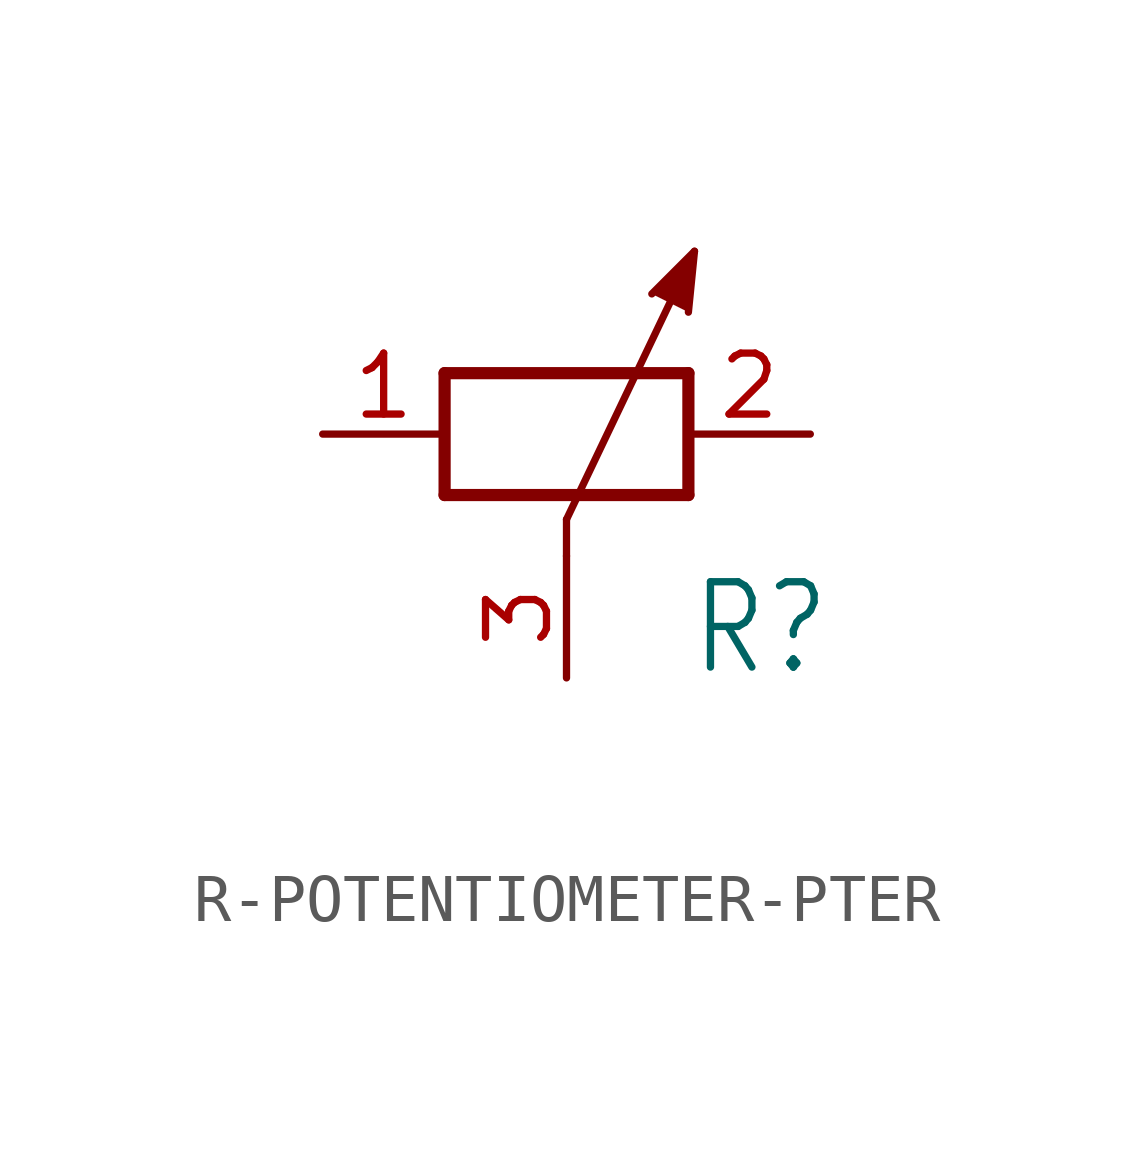
<source format=kicad_sym>
(kicad_symbol_lib
  (version 20220914)
  (generator kicad_symbol_editor)
  (symbol "R-POTENTIOMETER-PTER"
    (property "Reference" "R"
      (at 2.54 -5.08 0)
      (effects (font (size 1.778 1.511)) (justify left bottom)))
    (property "Value" ""
      (at 2.54 -7.62 0)
      (effects (font (size 1.778 1.511)) (justify left bottom)))
    (property "ki_locked" ""
      (at 0 0 0)
      (effects (font (size 1.27 1.27))))
    (symbol "R-POTENTIOMETER-PTER_1_0"
      (polyline (pts (xy -2.54 -1.27) (xy 2.54 -1.27)) (stroke (width 0.254) (type solid)) (fill (type none)))
      (polyline (pts (xy -2.54 1.27) (xy -2.54 -1.27)) (stroke (width 0.254) (type solid)) (fill (type none)))
      (polyline (pts (xy 0 -1.778) (xy 0 -2.54)) (stroke (width 0.152) (type solid)) (fill (type none)))
      (polyline (pts (xy 0 -1.778) (xy 2.667 3.81)) (stroke (width 0.152) (type solid)) (fill (type none)))
      (polyline (pts (xy 2.54 -1.27) (xy 2.54 1.27)) (stroke (width 0.254) (type solid)) (fill (type none)))
      (polyline (pts (xy 2.54 1.27) (xy -2.54 1.27)) (stroke (width 0.254) (type solid)) (fill (type none)))
      (polyline (pts (xy 2.54 2.54) (xy 2.667 3.81) (xy 1.778 2.921)) (stroke (width 0.152) (type solid)) (fill (type outline)))
      (pin passive line (at -5.08 0 0) (length 2.54) (name "1" (effects (font (size 0 0)))) (number "1" (effects (font (size 1.27 1.27)))))
      (pin passive line (at 5.08 0 180) (length 2.54) (name "2" (effects (font (size 0 0)))) (number "2" (effects (font (size 1.27 1.27)))))
      (pin passive line (at 0 -5.08 90) (length 2.54) (name "3" (effects (font (size 0 0)))) (number "3" (effects (font (size 1.27 1.27))))))))
</source>
